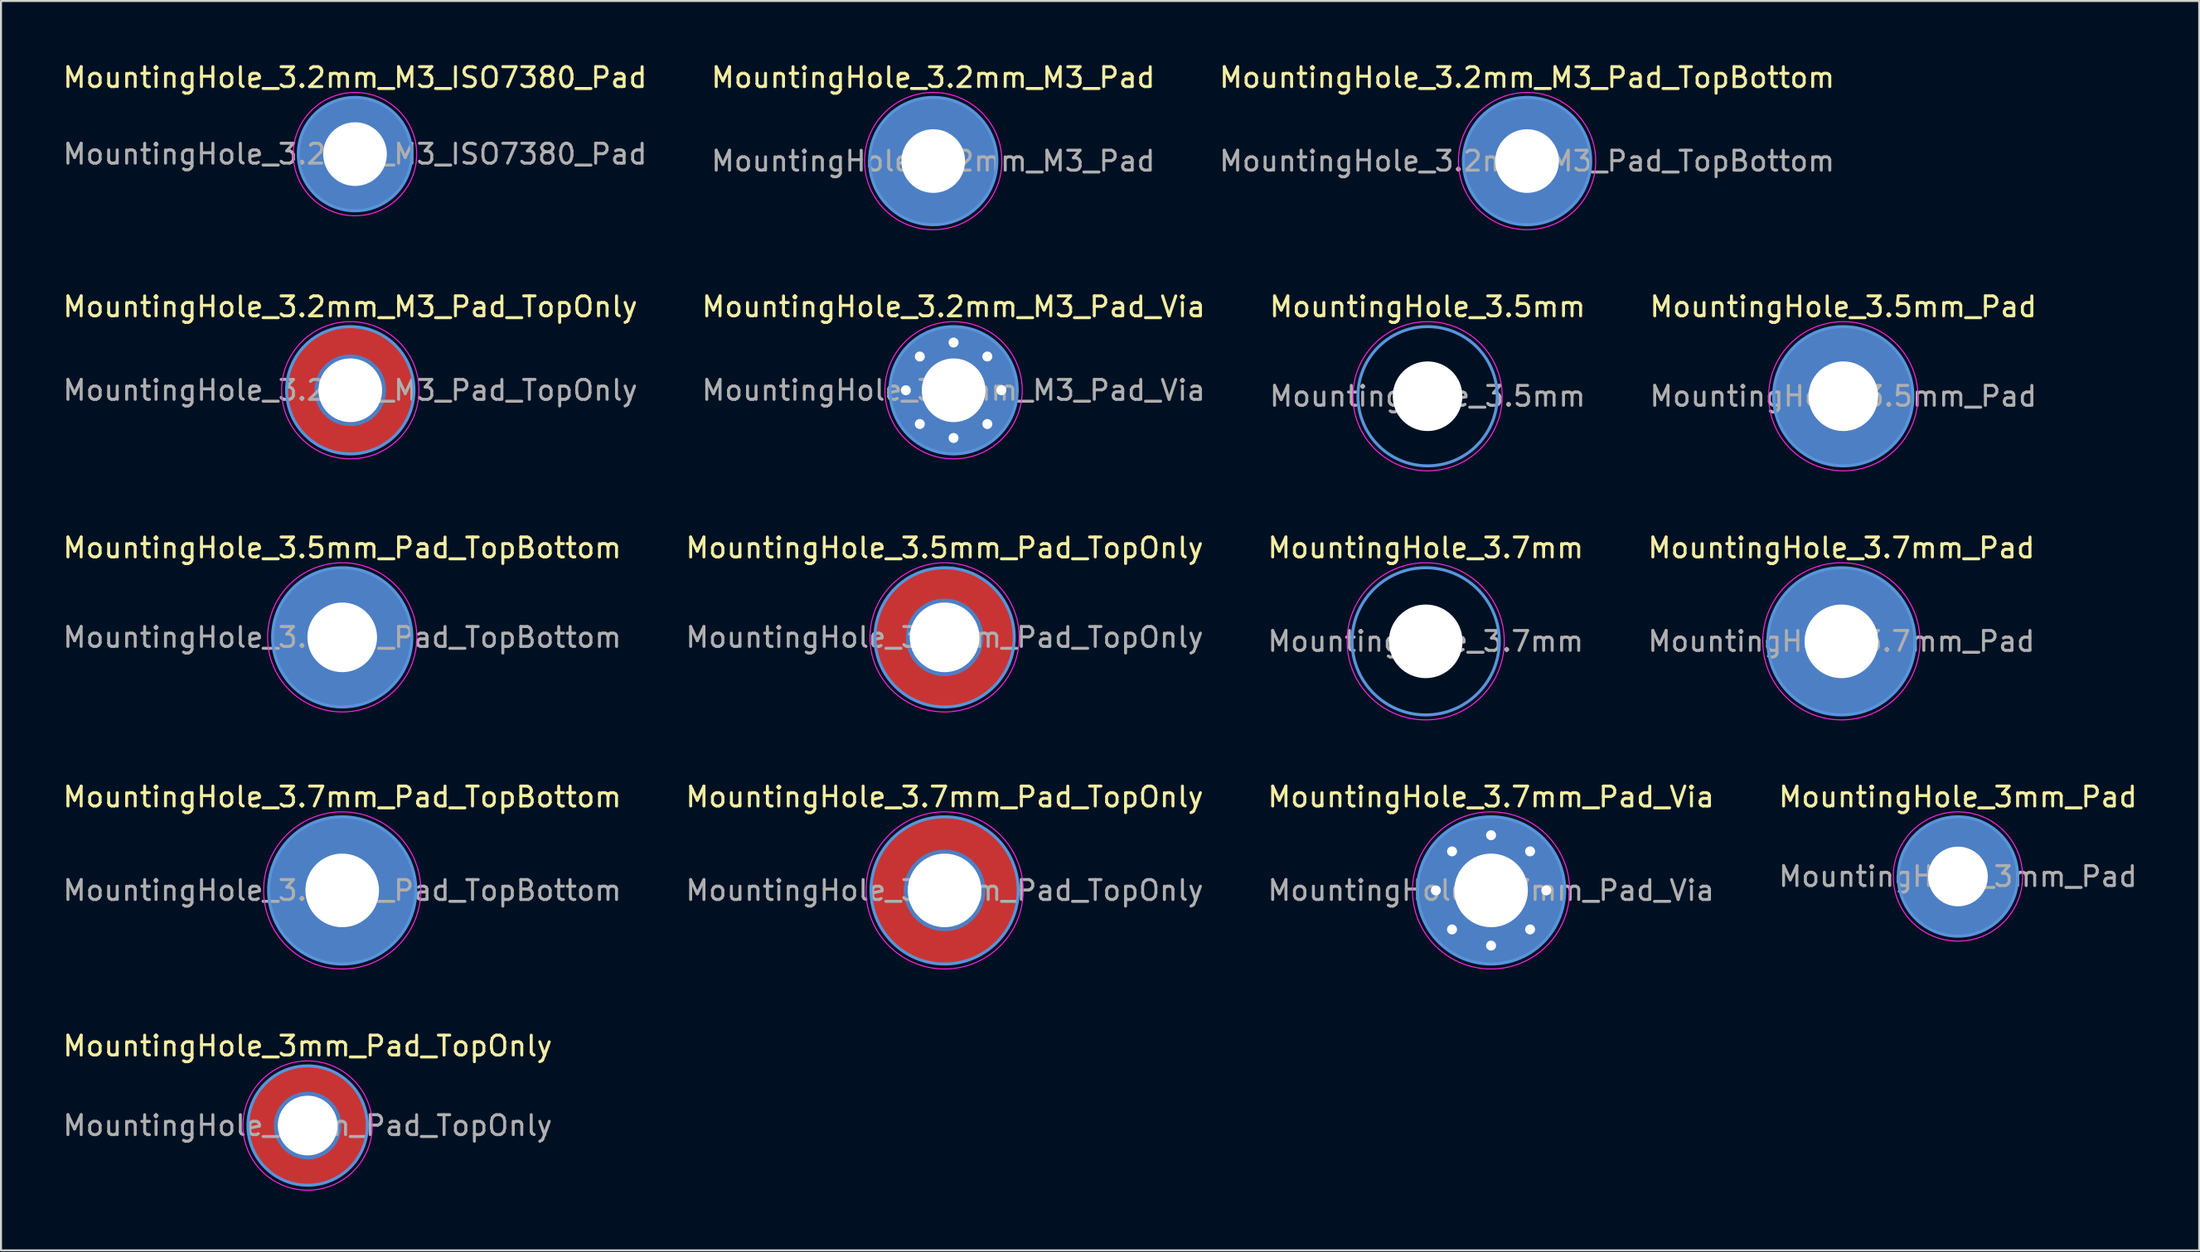
<source format=kicad_pcb>
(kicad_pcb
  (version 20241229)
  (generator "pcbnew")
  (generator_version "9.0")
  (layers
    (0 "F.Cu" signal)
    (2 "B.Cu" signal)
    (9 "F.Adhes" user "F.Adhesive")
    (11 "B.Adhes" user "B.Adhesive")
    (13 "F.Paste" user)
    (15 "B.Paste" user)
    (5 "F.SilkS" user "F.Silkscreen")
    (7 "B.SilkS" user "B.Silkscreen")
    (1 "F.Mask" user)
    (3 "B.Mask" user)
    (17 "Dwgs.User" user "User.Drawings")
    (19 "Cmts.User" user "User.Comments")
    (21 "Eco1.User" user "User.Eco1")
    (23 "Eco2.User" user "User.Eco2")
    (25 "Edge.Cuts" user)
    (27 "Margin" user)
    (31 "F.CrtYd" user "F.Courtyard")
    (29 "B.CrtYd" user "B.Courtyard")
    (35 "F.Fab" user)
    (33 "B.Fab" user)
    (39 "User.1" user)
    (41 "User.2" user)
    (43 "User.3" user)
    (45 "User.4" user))
  (footprint "MountingHole_3.7mm"
    (layer "F.Cu")
    (at 68.601 29.195)
    (property "Reference" "MountingHole_3.7mm" (at 0 -4.7 0) (layer "F.SilkS") (effects (font (size 1 1) (thickness 0.15))))
    (attr exclude_from_pos_files exclude_from_bom)
    (fp_circle (center 0 0) (end 3.7 0) (stroke (width 0.15) (type solid)) (fill no) (layer "Cmts.User"))
    (fp_circle (center 0 0) (end 3.95 0) (stroke (width 0.05) (type solid)) (fill no) (layer "F.CrtYd"))
    (fp_text user "${REFERENCE}" (at 0 0 0) (layer "F.Fab") (effects (font (size 1 1) (thickness 0.15))))
    (pad "" np_thru_hole circle (at 0 0) (size 3.7 3.7) (drill 3.7) (layers "*.Cu" "*.Mask")))
  (footprint "MountingHole_3.2mm_M3_ISO7380_Pad"
    (layer "F.Cu")
    (at 14.792 4.698)
    (property "Reference" "MountingHole_3.2mm_M3_ISO7380_Pad" (at 0 -3.85 0) (layer "F.SilkS") (effects (font (size 1 1) (thickness 0.15))))
    (attr exclude_from_pos_files exclude_from_bom)
    (fp_circle (center 0 0) (end 2.85 0) (stroke (width 0.15) (type solid)) (fill no) (layer "Cmts.User"))
    (fp_circle (center 0 0) (end 3.1 0) (stroke (width 0.05) (type solid)) (fill no) (layer "F.CrtYd"))
    (fp_text user "${REFERENCE}" (at 0 0 0) (layer "F.Fab") (effects (font (size 1 1) (thickness 0.15))))
    (pad "1" thru_hole circle (at 0 0) (size 5.7 5.7) (drill 3.2) (layers "*.Cu" "*.Mask")))
  (footprint "MountingHole_3mm_Pad_TopOnly"
    (layer "F.Cu")
    (at 12.411 53.541)
    (property "Reference" "MountingHole_3mm_Pad_TopOnly" (at 0 -4 0) (layer "F.SilkS") (effects (font (size 1 1) (thickness 0.15))))
    (attr exclude_from_pos_files exclude_from_bom)
    (fp_circle (center 0 0) (end 3 0) (stroke (width 0.15) (type solid)) (fill no) (layer "Cmts.User"))
    (fp_circle (center 0 0) (end 3.25 0) (stroke (width 0.05) (type solid)) (fill no) (layer "F.CrtYd"))
    (fp_text user "${REFERENCE}" (at 0 0 0) (layer "F.Fab") (effects (font (size 1 1) (thickness 0.15))))
    (pad "1" thru_hole circle (at 0 0) (size 3.4 3.4) (drill 3) (layers "*.Cu" "*.Mask"))
    (pad "1" connect circle (at 0 0) (size 6 6) (layers "F.Cu" "F.Mask")))
  (footprint "MountingHole_3.7mm_Pad_TopOnly"
    (layer "F.Cu")
    (at 44.423 41.718)
    (property "Reference" "MountingHole_3.7mm_Pad_TopOnly" (at 0 -4.7 0) (layer "F.SilkS") (effects (font (size 1 1) (thickness 0.15))))
    (attr exclude_from_pos_files exclude_from_bom)
    (fp_circle (center 0 0) (end 3.7 0) (stroke (width 0.15) (type solid)) (fill no) (layer "Cmts.User"))
    (fp_circle (center 0 0) (end 3.95 0) (stroke (width 0.05) (type solid)) (fill no) (layer "F.CrtYd"))
    (fp_text user "${REFERENCE}" (at 0 0 0) (layer "F.Fab") (effects (font (size 1 1) (thickness 0.15))))
    (pad "1" thru_hole circle (at 0 0) (size 4.1 4.1) (drill 3.7) (layers "*.Cu" "*.Mask"))
    (pad "1" connect circle (at 0 0) (size 7.4 7.4) (layers "F.Cu" "F.Mask")))
  (footprint "MountingHole_3.2mm_M3_Pad"
    (layer "F.Cu")
    (at 43.851 5.048)
    (property "Reference" "MountingHole_3.2mm_M3_Pad" (at 0 -4.2 0) (layer "F.SilkS") (effects (font (size 1 1) (thickness 0.15))))
    (attr exclude_from_pos_files exclude_from_bom)
    (fp_circle (center 0 0) (end 3.2 0) (stroke (width 0.15) (type solid)) (fill no) (layer "Cmts.User"))
    (fp_circle (center 0 0) (end 3.45 0) (stroke (width 0.05) (type solid)) (fill no) (layer "F.CrtYd"))
    (fp_text user "${REFERENCE}" (at 0 0 0) (layer "F.Fab") (effects (font (size 1 1) (thickness 0.15))))
    (pad "1" thru_hole circle (at 0 0) (size 6.4 6.4) (drill 3.2) (layers "*.Cu" "*.Mask")))
  (footprint "MountingHole_3.7mm_Pad_Via"
    (layer "F.Cu")
    (at 71.887 41.718)
    (property "Reference" "MountingHole_3.7mm_Pad_Via" (at 0 -4.7 0) (layer "F.SilkS") (effects (font (size 1 1) (thickness 0.15))))
    (attr exclude_from_pos_files exclude_from_bom)
    (fp_circle (center 0 0) (end 3.7 0) (stroke (width 0.15) (type solid)) (fill no) (layer "Cmts.User"))
    (fp_circle (center 0 0) (end 3.95 0) (stroke (width 0.05) (type solid)) (fill no) (layer "F.CrtYd"))
    (fp_text user "${REFERENCE}" (at 0 0 0) (layer "F.Fab") (effects (font (size 1 1) (thickness 0.15))))
    (pad "1" thru_hole circle (at -2.775 0) (size 0.8 0.8) (drill 0.5) (layers "*.Cu" "*.Mask"))
    (pad "1" thru_hole circle (at -1.962 -1.962) (size 0.8 0.8) (drill 0.5) (layers "*.Cu" "*.Mask"))
    (pad "1" thru_hole circle (at -1.962 1.962) (size 0.8 0.8) (drill 0.5) (layers "*.Cu" "*.Mask"))
    (pad "1" thru_hole circle (at 0 -2.775) (size 0.8 0.8) (drill 0.5) (layers "*.Cu" "*.Mask"))
    (pad "1" thru_hole circle (at 0 0) (size 7.4 7.4) (drill 3.7) (layers "*.Cu" "*.Mask"))
    (pad "1" thru_hole circle (at 0 2.775) (size 0.8 0.8) (drill 0.5) (layers "*.Cu" "*.Mask"))
    (pad "1" thru_hole circle (at 1.962 -1.962) (size 0.8 0.8) (drill 0.5) (layers "*.Cu" "*.Mask"))
    (pad "1" thru_hole circle (at 1.962 1.962) (size 0.8 0.8) (drill 0.5) (layers "*.Cu" "*.Mask"))
    (pad "1" thru_hole circle (at 2.775 0) (size 0.8 0.8) (drill 0.5) (layers "*.Cu" "*.Mask")))
  (footprint "MountingHole_3.7mm_Pad"
    (layer "F.Cu")
    (at 89.494 29.195)
    (property "Reference" "MountingHole_3.7mm_Pad" (at 0 -4.7 0) (layer "F.SilkS") (effects (font (size 1 1) (thickness 0.15))))
    (attr exclude_from_pos_files exclude_from_bom)
    (fp_circle (center 0 0) (end 3.7 0) (stroke (width 0.15) (type solid)) (fill no) (layer "Cmts.User"))
    (fp_circle (center 0 0) (end 3.95 0) (stroke (width 0.05) (type solid)) (fill no) (layer "F.CrtYd"))
    (fp_text user "${REFERENCE}" (at 0 0 0) (layer "F.Fab") (effects (font (size 1 1) (thickness 0.15))))
    (pad "1" thru_hole circle (at 0 0) (size 7.4 7.4) (drill 3.7) (layers "*.Cu" "*.Mask")))
  (footprint "MountingHole_3.2mm_M3_Pad_Via"
    (layer "F.Cu")
    (at 44.875 16.572)
    (property "Reference" "MountingHole_3.2mm_M3_Pad_Via" (at 0 -4.2 0) (layer "F.SilkS") (effects (font (size 1 1) (thickness 0.15))))
    (attr exclude_from_pos_files exclude_from_bom)
    (fp_circle (center 0 0) (end 3.2 0) (stroke (width 0.15) (type solid)) (fill no) (layer "Cmts.User"))
    (fp_circle (center 0 0) (end 3.45 0) (stroke (width 0.05) (type solid)) (fill no) (layer "F.CrtYd"))
    (fp_text user "${REFERENCE}" (at 0 0 0) (layer "F.Fab") (effects (font (size 1 1) (thickness 0.15))))
    (pad "1" thru_hole circle (at -2.4 0) (size 0.8 0.8) (drill 0.5) (layers "*.Cu" "*.Mask"))
    (pad "1" thru_hole circle (at -1.697 -1.697) (size 0.8 0.8) (drill 0.5) (layers "*.Cu" "*.Mask"))
    (pad "1" thru_hole circle (at -1.697 1.697) (size 0.8 0.8) (drill 0.5) (layers "*.Cu" "*.Mask"))
    (pad "1" thru_hole circle (at 0 -2.4) (size 0.8 0.8) (drill 0.5) (layers "*.Cu" "*.Mask"))
    (pad "1" thru_hole circle (at 0 0) (size 6.4 6.4) (drill 3.2) (layers "*.Cu" "*.Mask"))
    (pad "1" thru_hole circle (at 0 2.4) (size 0.8 0.8) (drill 0.5) (layers "*.Cu" "*.Mask"))
    (pad "1" thru_hole circle (at 1.697 -1.697) (size 0.8 0.8) (drill 0.5) (layers "*.Cu" "*.Mask"))
    (pad "1" thru_hole circle (at 1.697 1.697) (size 0.8 0.8) (drill 0.5) (layers "*.Cu" "*.Mask"))
    (pad "1" thru_hole circle (at 2.4 0) (size 0.8 0.8) (drill 0.5) (layers "*.Cu" "*.Mask")))
  (footprint "MountingHole_3.5mm_Pad"
    (layer "F.Cu")
    (at 89.589 16.872)
    (property "Reference" "MountingHole_3.5mm_Pad" (at 0 -4.5 0) (layer "F.SilkS") (effects (font (size 1 1) (thickness 0.15))))
    (attr exclude_from_pos_files exclude_from_bom)
    (fp_circle (center 0 0) (end 3.5 0) (stroke (width 0.15) (type solid)) (fill no) (layer "Cmts.User"))
    (fp_circle (center 0 0) (end 3.75 0) (stroke (width 0.05) (type solid)) (fill no) (layer "F.CrtYd"))
    (fp_text user "${REFERENCE}" (at 0 0 0) (layer "F.Fab") (effects (font (size 1 1) (thickness 0.15))))
    (pad "1" thru_hole circle (at 0 0) (size 7 7) (drill 3.5) (layers "*.Cu" "*.Mask")))
  (footprint "MountingHole_3mm_Pad"
    (layer "F.Cu")
    (at 95.351 41.018)
    (property "Reference" "MountingHole_3mm_Pad" (at 0 -4 0) (layer "F.SilkS") (effects (font (size 1 1) (thickness 0.15))))
    (attr exclude_from_pos_files exclude_from_bom)
    (fp_circle (center 0 0) (end 3 0) (stroke (width 0.15) (type solid)) (fill no) (layer "Cmts.User"))
    (fp_circle (center 0 0) (end 3.25 0) (stroke (width 0.05) (type solid)) (fill no) (layer "F.CrtYd"))
    (fp_text user "${REFERENCE}" (at 0 0 0) (layer "F.Fab") (effects (font (size 1 1) (thickness 0.15))))
    (pad "1" thru_hole circle (at 0 0) (size 6 6) (drill 3) (layers "*.Cu" "*.Mask")))
  (footprint "MountingHole_3.5mm"
    (layer "F.Cu")
    (at 68.696 16.872)
    (property "Reference" "MountingHole_3.5mm" (at 0 -4.5 0) (layer "F.SilkS") (effects (font (size 1 1) (thickness 0.15))))
    (attr exclude_from_pos_files exclude_from_bom)
    (fp_circle (center 0 0) (end 3.5 0) (stroke (width 0.15) (type solid)) (fill no) (layer "Cmts.User"))
    (fp_circle (center 0 0) (end 3.75 0) (stroke (width 0.05) (type solid)) (fill no) (layer "F.CrtYd"))
    (fp_text user "${REFERENCE}" (at 0 0 0) (layer "F.Fab") (effects (font (size 1 1) (thickness 0.15))))
    (pad "" np_thru_hole circle (at 0 0) (size 3.5 3.5) (drill 3.5) (layers "*.Cu" "*.Mask")))
  (footprint "MountingHole_3.2mm_M3_Pad_TopBottom"
    (layer "F.Cu")
    (at 73.696 5.048)
    (property "Reference" "MountingHole_3.2mm_M3_Pad_TopBottom" (at 0 -4.2 0) (layer "F.SilkS") (effects (font (size 1 1) (thickness 0.15))))
    (attr exclude_from_pos_files exclude_from_bom)
    (fp_circle (center 0 0) (end 3.2 0) (stroke (width 0.15) (type solid)) (fill no) (layer "Cmts.User"))
    (fp_circle (center 0 0) (end 3.45 0) (stroke (width 0.05) (type solid)) (fill no) (layer "F.CrtYd"))
    (fp_text user "${REFERENCE}" (at 0 0 0) (layer "F.Fab") (effects (font (size 1 1) (thickness 0.15))))
    (pad "1" thru_hole circle (at 0 0) (size 3.6 3.6) (drill 3.2) (layers "*.Cu" "*.Mask"))
    (pad "1" connect circle (at 0 0) (size 6.4 6.4) (layers "F.Cu" "F.Mask"))
    (pad "1" connect circle (at 0 0) (size 6.4 6.4) (layers "B.Cu" "B.Mask")))
  (footprint "MountingHole_3.7mm_Pad_TopBottom"
    (layer "F.Cu")
    (at 14.149 41.718)
    (property "Reference" "MountingHole_3.7mm_Pad_TopBottom" (at 0 -4.7 0) (layer "F.SilkS") (effects (font (size 1 1) (thickness 0.15))))
    (attr exclude_from_pos_files exclude_from_bom)
    (fp_circle (center 0 0) (end 3.7 0) (stroke (width 0.15) (type solid)) (fill no) (layer "Cmts.User"))
    (fp_circle (center 0 0) (end 3.95 0) (stroke (width 0.05) (type solid)) (fill no) (layer "F.CrtYd"))
    (fp_text user "${REFERENCE}" (at 0 0 0) (layer "F.Fab") (effects (font (size 1 1) (thickness 0.15))))
    (pad "1" thru_hole circle (at 0 0) (size 4.1 4.1) (drill 3.7) (layers "*.Cu" "*.Mask"))
    (pad "1" connect circle (at 0 0) (size 7.4 7.4) (layers "F.Cu" "F.Mask"))
    (pad "1" connect circle (at 0 0) (size 7.4 7.4) (layers "B.Cu" "B.Mask")))
  (footprint "MountingHole_3.5mm_Pad_TopBottom"
    (layer "F.Cu")
    (at 14.149 28.995)
    (property "Reference" "MountingHole_3.5mm_Pad_TopBottom" (at 0 -4.5 0) (layer "F.SilkS") (effects (font (size 1 1) (thickness 0.15))))
    (attr exclude_from_pos_files exclude_from_bom)
    (fp_circle (center 0 0) (end 3.5 0) (stroke (width 0.15) (type solid)) (fill no) (layer "Cmts.User"))
    (fp_circle (center 0 0) (end 3.75 0) (stroke (width 0.05) (type solid)) (fill no) (layer "F.CrtYd"))
    (fp_text user "${REFERENCE}" (at 0 0 0) (layer "F.Fab") (effects (font (size 1 1) (thickness 0.15))))
    (pad "1" thru_hole circle (at 0 0) (size 3.9 3.9) (drill 3.5) (layers "*.Cu" "*.Mask"))
    (pad "1" connect circle (at 0 0) (size 7 7) (layers "F.Cu" "F.Mask"))
    (pad "1" connect circle (at 0 0) (size 7 7) (layers "B.Cu" "B.Mask")))
  (footprint "MountingHole_3.5mm_Pad_TopOnly"
    (layer "F.Cu")
    (at 44.423 28.995)
    (property "Reference" "MountingHole_3.5mm_Pad_TopOnly" (at 0 -4.5 0) (layer "F.SilkS") (effects (font (size 1 1) (thickness 0.15))))
    (attr exclude_from_pos_files exclude_from_bom)
    (fp_circle (center 0 0) (end 3.5 0) (stroke (width 0.15) (type solid)) (fill no) (layer "Cmts.User"))
    (fp_circle (center 0 0) (end 3.75 0) (stroke (width 0.05) (type solid)) (fill no) (layer "F.CrtYd"))
    (fp_text user "${REFERENCE}" (at 0 0 0) (layer "F.Fab") (effects (font (size 1 1) (thickness 0.15))))
    (pad "1" thru_hole circle (at 0 0) (size 3.9 3.9) (drill 3.5) (layers "*.Cu" "*.Mask"))
    (pad "1" connect circle (at 0 0) (size 7 7) (layers "F.Cu" "F.Mask")))
  (footprint "MountingHole_3.2mm_M3_Pad_TopOnly"
    (layer "F.Cu")
    (at 14.554 16.572)
    (property "Reference" "MountingHole_3.2mm_M3_Pad_TopOnly" (at 0 -4.2 0) (layer "F.SilkS") (effects (font (size 1 1) (thickness 0.15))))
    (attr exclude_from_pos_files exclude_from_bom)
    (fp_circle (center 0 0) (end 3.2 0) (stroke (width 0.15) (type solid)) (fill no) (layer "Cmts.User"))
    (fp_circle (center 0 0) (end 3.45 0) (stroke (width 0.05) (type solid)) (fill no) (layer "F.CrtYd"))
    (fp_text user "${REFERENCE}" (at 0 0 0) (layer "F.Fab") (effects (font (size 1 1) (thickness 0.15))))
    (pad "1" thru_hole circle (at 0 0) (size 3.6 3.6) (drill 3.2) (layers "*.Cu" "*.Mask"))
    (pad "1" connect circle (at 0 0) (size 6.4 6.4) (layers "F.Cu" "F.Mask")))
  (gr_rect
    (start -3 -3)
    (end 107.476 59.816)
    (stroke (width 0.1) (type default))
    (fill no)
    (layer "Edge.Cuts")))
</source>
